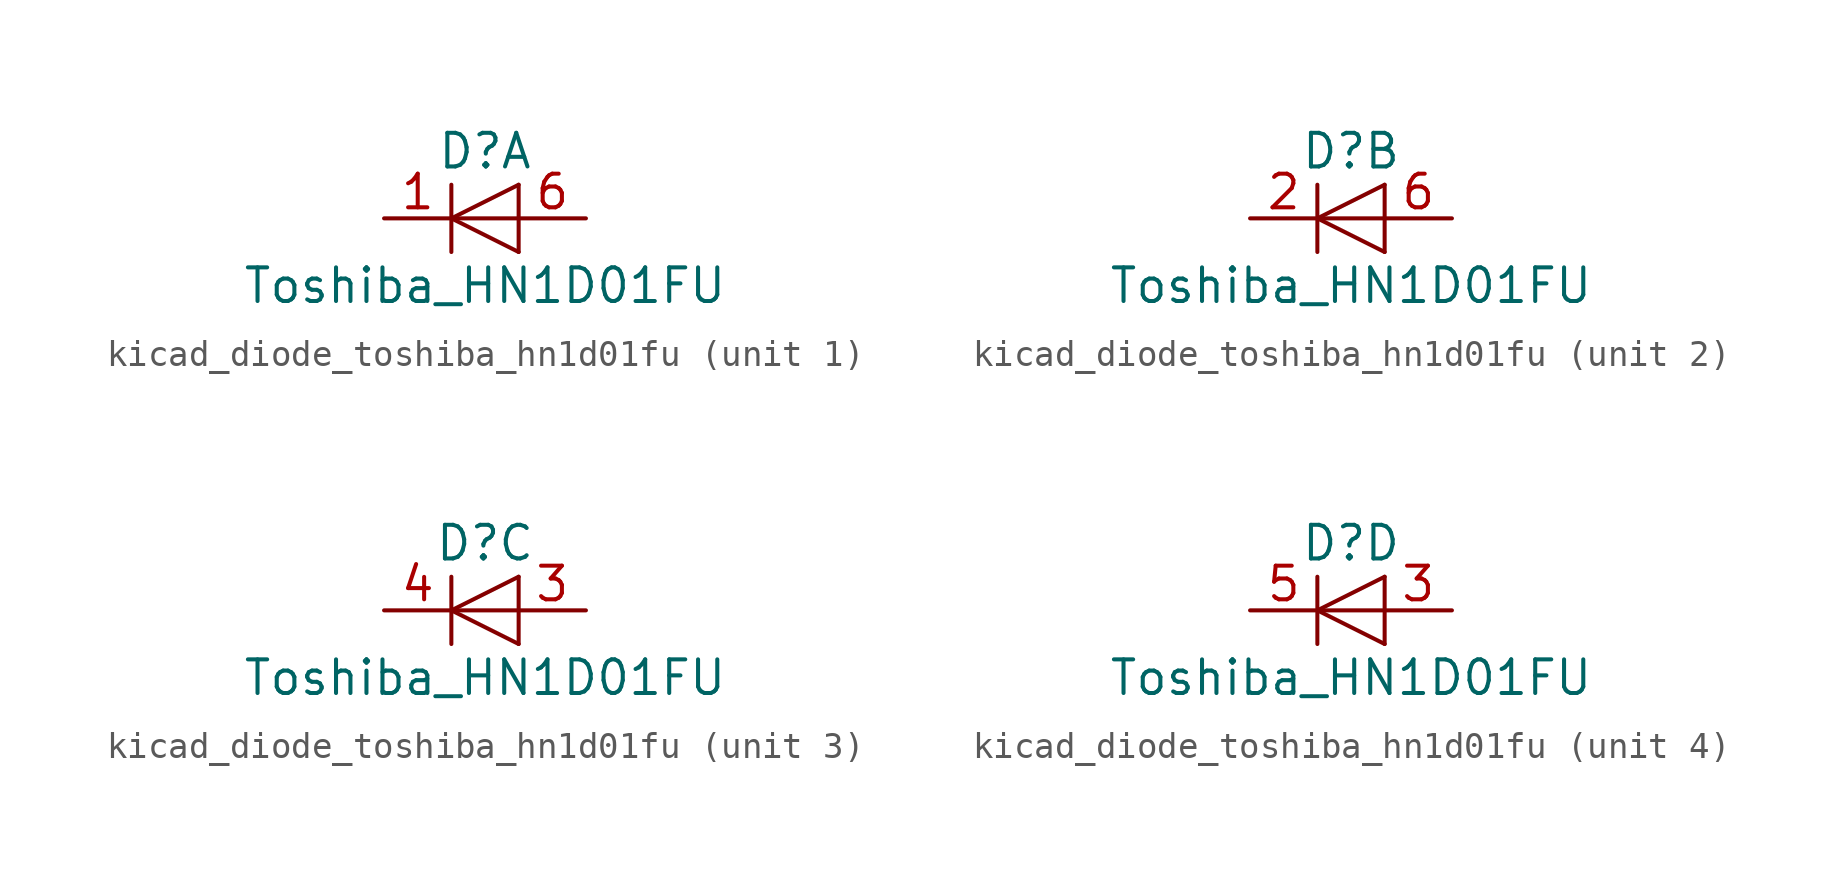
<source format=kicad_sym>
(kicad_symbol_lib
  (version 20220914)
  (generator kicad_symbol_editor)
  (symbol "kicad_diode_toshiba_hn1d01fu"
    (pin_names
      (offset 1.016) hide)
    (property "Reference" "D"
      (at 0 2.54 0)
      (effects (font (size 1.27 1.27))))
    (property "Value" "Toshiba_HN1D01FU"
      (at 0 -2.54 0)
      (effects (font (size 1.27 1.27))))
    (symbol "kicad_diode_toshiba_hn1d01fu_0_1"
      (polyline (pts (xy -1.27 1.27) (xy -1.27 -1.27)) (stroke (width 0.152) (type default)) (fill (type none)))
      (polyline (pts (xy 1.27 -1.27) (xy 1.27 1.27)) (stroke (width 0) (type default)) (fill (type none)))
      (polyline (pts (xy 1.27 0) (xy -1.27 0)) (stroke (width 0) (type default)) (fill (type none)))
      (polyline (pts (xy 1.27 1.27) (xy -1.27 0) (xy 1.27 -1.27)) (stroke (width 0) (type default)) (fill (type none))))
    (symbol "kicad_diode_toshiba_hn1d01fu_1_1"
      (pin passive line (at -3.81 0 0) (length 2.54) (name "K" (effects (font (size 1.27 1.27)))) (number "1" (effects (font (size 1.27 1.27)))))
      (pin passive line (at 3.81 0 180) (length 2.54) (name "A" (effects (font (size 1.27 1.27)))) (number "6" (effects (font (size 1.27 1.27))))))
    (symbol "kicad_diode_toshiba_hn1d01fu_2_1"
      (pin passive line (at -3.81 0 0) (length 2.54) (name "K" (effects (font (size 1.27 1.27)))) (number "2" (effects (font (size 1.27 1.27)))))
      (pin passive line (at 3.81 0 180) (length 2.54) (name "A" (effects (font (size 1.27 1.27)))) (number "6" (effects (font (size 1.27 1.27))))))
    (symbol "kicad_diode_toshiba_hn1d01fu_3_1"
      (pin passive line (at 3.81 0 180) (length 2.54) (name "A" (effects (font (size 1.27 1.27)))) (number "3" (effects (font (size 1.27 1.27)))))
      (pin passive line (at -3.81 0 0) (length 2.54) (name "K" (effects (font (size 1.27 1.27)))) (number "4" (effects (font (size 1.27 1.27))))))
    (symbol "kicad_diode_toshiba_hn1d01fu_4_1"
      (pin passive line (at 3.81 0 180) (length 2.54) (name "A" (effects (font (size 1.27 1.27)))) (number "3" (effects (font (size 1.27 1.27)))))
      (pin passive line (at -3.81 0 0) (length 2.54) (name "K" (effects (font (size 1.27 1.27)))) (number "5" (effects (font (size 1.27 1.27))))))))
</source>
